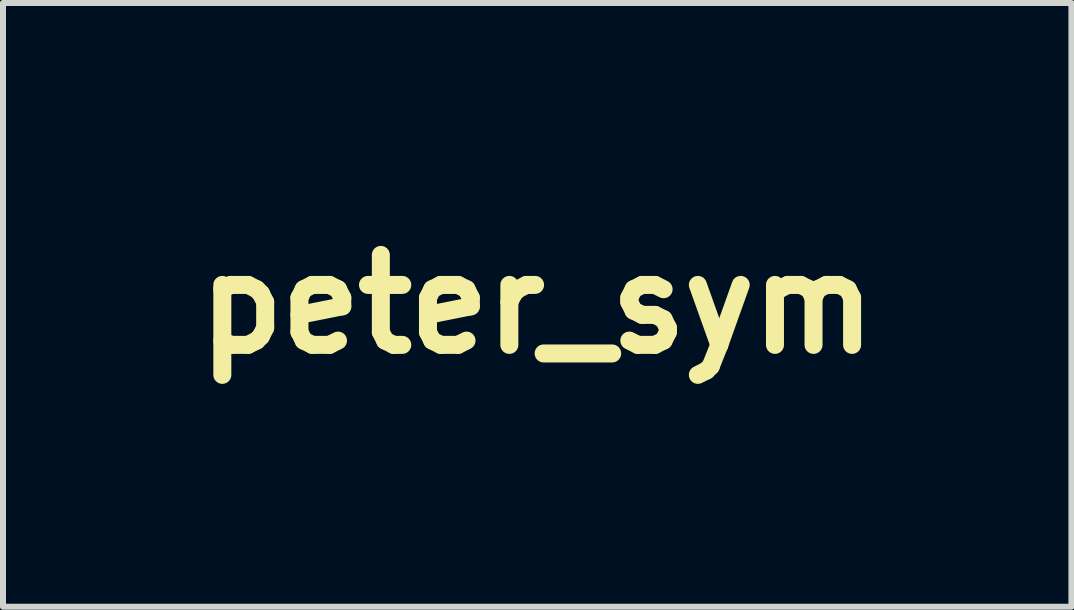
<source format=kicad_pcb>
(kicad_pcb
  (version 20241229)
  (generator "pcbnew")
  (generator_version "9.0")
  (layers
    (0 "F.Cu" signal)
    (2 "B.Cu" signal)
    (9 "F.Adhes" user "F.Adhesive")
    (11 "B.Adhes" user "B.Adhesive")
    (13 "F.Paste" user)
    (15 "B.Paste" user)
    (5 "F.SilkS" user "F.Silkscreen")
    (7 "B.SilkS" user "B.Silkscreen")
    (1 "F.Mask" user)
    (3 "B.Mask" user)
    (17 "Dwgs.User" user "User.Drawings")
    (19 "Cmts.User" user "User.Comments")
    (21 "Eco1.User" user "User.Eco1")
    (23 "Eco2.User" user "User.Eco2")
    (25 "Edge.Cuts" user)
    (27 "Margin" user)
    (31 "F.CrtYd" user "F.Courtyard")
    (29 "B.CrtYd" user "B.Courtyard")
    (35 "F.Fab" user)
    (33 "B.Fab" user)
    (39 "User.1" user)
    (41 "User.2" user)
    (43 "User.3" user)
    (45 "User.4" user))
  (footprint "peter_sym"
    (layer "F.Cu")
    (at 5.907 2.022)
    (property "Reference" "peter_sym" (at 0 0 0) (layer "F.SilkS") (effects (font (size 1.5 1.5) (thickness 0.3))))
    (attr board_only exclude_from_pos_files exclude_from_bom)
    (fp_poly (pts (xy 4.027 -1.998) (xy 4.051 -1.974) (xy 4.078 -1.927) (xy 4.093 -1.855) (xy 4.097 -1.766) (xy 4.088 -1.665) (xy 4.074 -1.586) (xy 4.039 -1.438) (xy 4.002 -1.291) (xy 3.964 -1.153) (xy 3.928 -1.031) (xy 3.903 -0.955) (xy 3.88 -0.885) (xy 3.867 -0.834) (xy 3.865 -0.804) (xy 3.875 -0.795) (xy 3.898 -0.807) (xy 3.934 -0.843) (xy 3.984 -0.901) (xy 4.05 -0.984) (xy 4.132 -1.091) (xy 4.23 -1.224) (xy 4.265 -1.272) (xy 4.354 -1.394) (xy 4.427 -1.492) (xy 4.485 -1.568) (xy 4.531 -1.626) (xy 4.566 -1.668) (xy 4.593 -1.696) (xy 4.615 -1.712) (xy 4.632 -1.719) (xy 4.642 -1.721) (xy 4.668 -1.716) (xy 4.682 -1.703) (xy 4.682 -1.677) (xy 4.668 -1.637) (xy 4.638 -1.58) (xy 4.592 -1.505) (xy 4.528 -1.41) (xy 4.446 -1.291) (xy 4.444 -1.288) (xy 4.313 -1.109) (xy 4.187 -0.953) (xy 4.063 -0.815) (xy 4.02 -0.77) (xy 3.9 -0.638) (xy 3.81 -0.516) (xy 3.748 -0.399) (xy 3.715 -0.287) (xy 3.709 -0.177) (xy 3.724 -0.087) (xy 3.766 0.024) (xy 3.835 0.136) (xy 3.924 0.245) (xy 4.028 0.344) (xy 4.142 0.428) (xy 4.233 0.479) (xy 4.373 0.534) (xy 4.511 0.565) (xy 4.66 0.575) (xy 4.702 0.574) (xy 4.771 0.573) (xy 4.814 0.575) (xy 4.839 0.582) (xy 4.854 0.594) (xy 4.856 0.598) (xy 4.863 0.629) (xy 4.841 0.652) (xy 4.793 0.666) (xy 4.721 0.671) (xy 4.627 0.666) (xy 4.513 0.651) (xy 4.489 0.647) (xy 4.319 0.602) (xy 4.156 0.528) (xy 4.004 0.428) (xy 3.868 0.304) (xy 3.753 0.161) (xy 3.749 0.154) (xy 3.71 0.091) (xy 3.676 0.026) (xy 3.653 -0.028) (xy 3.65 -0.037) (xy 3.634 -0.081) (xy 3.617 -0.108) (xy 3.61 -0.112) (xy 3.599 -0.098) (xy 3.579 -0.057) (xy 3.551 0.006) (xy 3.517 0.087) (xy 3.478 0.183) (xy 3.436 0.29) (xy 3.433 0.3) (xy 3.39 0.41) (xy 3.351 0.512) (xy 3.316 0.602) (xy 3.287 0.674) (xy 3.266 0.726) (xy 3.254 0.752) (xy 3.254 0.752) (xy 3.239 0.787) (xy 3.233 0.808) (xy 3.223 0.828) (xy 3.198 0.863) (xy 3.168 0.9) (xy 3.113 0.953) (xy 3.064 0.976) (xy 3.015 0.97) (xy 2.98 0.951) (xy 2.953 0.923) (xy 2.921 0.877) (xy 2.903 0.843) (xy 2.873 0.759) (xy 2.855 0.658) (xy 2.85 0.552) (xy 2.851 0.544) (xy 2.964 0.544) (xy 2.97 0.681) (xy 2.992 0.774) (xy 3.018 0.839) (xy 3.043 0.874) (xy 3.07 0.879) (xy 3.1 0.855) (xy 3.115 0.836) (xy 3.141 0.796) (xy 3.167 0.747) (xy 3.196 0.682) (xy 3.23 0.596) (xy 3.249 0.544) (xy 3.288 0.441) (xy 3.318 0.361) (xy 3.342 0.297) (xy 3.362 0.244) (xy 3.381 0.194) (xy 3.401 0.142) (xy 3.409 0.12) (xy 3.457 -0.003) (xy 3.494 -0.1) (xy 3.521 -0.174) (xy 3.539 -0.227) (xy 3.549 -0.264) (xy 3.552 -0.286) (xy 3.548 -0.299) (xy 3.54 -0.303) (xy 3.53 -0.304) (xy 3.507 -0.293) (xy 3.468 -0.261) (xy 3.417 -0.214) (xy 3.359 -0.156) (xy 3.298 -0.092) (xy 3.238 -0.026) (xy 3.184 0.037) (xy 3.14 0.093) (xy 3.127 0.112) (xy 3.043 0.258) (xy 2.988 0.403) (xy 2.964 0.544) (xy 2.851 0.544) (xy 2.86 0.455) (xy 2.864 0.437) (xy 2.892 0.353) (xy 2.934 0.257) (xy 2.984 0.16) (xy 3.036 0.075) (xy 3.075 0.024) (xy 3.118 -0.024) (xy 3.18 -0.088) (xy 3.253 -0.161) (xy 3.331 -0.239) (xy 3.411 -0.315) (xy 3.484 -0.384) (xy 3.547 -0.441) (xy 3.589 -0.476) (xy 3.619 -0.503) (xy 3.646 -0.534) (xy 3.672 -0.573) (xy 3.697 -0.624) (xy 3.725 -0.691) (xy 3.756 -0.778) (xy 3.794 -0.889) (xy 3.822 -0.976) (xy 3.864 -1.115) (xy 3.901 -1.253) (xy 3.931 -1.387) (xy 3.956 -1.513) (xy 3.973 -1.628) (xy 3.984 -1.729) (xy 3.987 -1.811) (xy 3.981 -1.873) (xy 3.967 -1.91) (xy 3.949 -1.92) (xy 3.913 -1.908) (xy 3.858 -1.875) (xy 3.785 -1.822) (xy 3.698 -1.752) (xy 3.596 -1.666) (xy 3.485 -1.566) (xy 3.364 -1.454) (xy 3.237 -1.332) (xy 3.106 -1.203) (xy 3.005 -1.101) (xy 2.892 -0.976) (xy 2.774 -0.833) (xy 2.659 -0.68) (xy 2.553 -0.527) (xy 2.462 -0.382) (xy 2.436 -0.336) (xy 2.411 -0.292) (xy 2.373 -0.231) (xy 2.329 -0.161) (xy 2.298 -0.112) (xy 2.252 -0.042) (xy 2.209 0.028) (xy 2.173 0.086) (xy 2.155 0.116) (xy 2.123 0.167) (xy 2.098 0.19) (xy 2.08 0.186) (xy 2.074 0.179) (xy 2.078 0.16) (xy 2.095 0.118) (xy 2.122 0.058) (xy 2.157 -0.015) (xy 2.198 -0.096) (xy 2.241 -0.18) (xy 2.285 -0.263) (xy 2.326 -0.339) (xy 2.363 -0.403) (xy 2.388 -0.442) (xy 2.433 -0.511) (xy 2.481 -0.585) (xy 2.522 -0.648) (xy 2.565 -0.713) (xy 2.612 -0.777) (xy 2.664 -0.843) (xy 2.725 -0.914) (xy 2.796 -0.992) (xy 2.879 -1.08) (xy 2.977 -1.18) (xy 3.093 -1.294) (xy 3.228 -1.426) (xy 3.345 -1.539) (xy 3.453 -1.643) (xy 3.541 -1.727) (xy 3.612 -1.793) (xy 3.668 -1.846) (xy 3.713 -1.886) (xy 3.75 -1.917) (xy 3.782 -1.941) (xy 3.811 -1.961) (xy 3.84 -1.979) (xy 3.86 -1.991) (xy 3.925 -2.02) (xy 3.978 -2.022)) (stroke (width 0) (type solid)) (fill yes) (layer "F.Mask"))
    (fp_poly (pts (xy -3.188 -1.757) (xy -3.177 -1.73) (xy -3.171 -1.677) (xy -3.17 -1.608) (xy -3.173 -1.529) (xy -3.181 -1.448) (xy -3.184 -1.432) (xy -3.197 -1.342) (xy -3.206 -1.279) (xy -3.21 -1.238) (xy -3.211 -1.214) (xy -3.208 -1.203) (xy -3.202 -1.2) (xy -3.201 -1.2) (xy -3.183 -1.211) (xy -3.15 -1.241) (xy -3.107 -1.283) (xy -3.087 -1.304) (xy -3.03 -1.36) (xy -2.958 -1.424) (xy -2.883 -1.485) (xy -2.852 -1.509) (xy -2.748 -1.579) (xy -2.66 -1.624) (xy -2.583 -1.645) (xy -2.514 -1.643) (xy -2.448 -1.62) (xy -2.426 -1.607) (xy -2.37 -1.566) (xy -2.331 -1.521) (xy -2.303 -1.464) (xy -2.282 -1.386) (xy -2.277 -1.365) (xy -2.267 -1.308) (xy -2.261 -1.26) (xy -2.261 -1.213) (xy -2.266 -1.156) (xy -2.277 -1.079) (xy -2.28 -1.06) (xy -2.291 -0.985) (xy -2.304 -0.923) (xy -2.318 -0.866) (xy -2.337 -0.809) (xy -2.363 -0.743) (xy -2.399 -0.664) (xy -2.446 -0.562) (xy -2.451 -0.552) (xy -2.491 -0.483) (xy -2.545 -0.41) (xy -2.607 -0.342) (xy -2.669 -0.286) (xy -2.725 -0.249) (xy -2.734 -0.245) (xy -2.814 -0.227) (xy -2.895 -0.241) (xy -2.978 -0.287) (xy -3.004 -0.308) (xy -3.057 -0.356) (xy -3.11 -0.407) (xy -3.158 -0.456) (xy -3.194 -0.497) (xy -3.215 -0.524) (xy -3.217 -0.531) (xy -3.23 -0.543) (xy -3.239 -0.544) (xy -3.244 -0.54) (xy -3.249 -0.525) (xy -3.253 -0.497) (xy -3.256 -0.454) (xy -3.259 -0.392) (xy -3.261 -0.311) (xy -3.264 -0.206) (xy -3.266 -0.076) (xy -3.268 0.081) (xy -3.269 0.212) (xy -3.271 0.405) (xy -3.275 0.582) (xy -3.278 0.74) (xy -3.282 0.877) (xy -3.287 0.989) (xy -3.292 1.075) (xy -3.297 1.128) (xy -3.319 1.283) (xy -3.344 1.433) (xy -3.371 1.575) (xy -3.4 1.704) (xy -3.43 1.816) (xy -3.459 1.908) (xy -3.487 1.976) (xy -3.51 2.013) (xy -3.554 2.044) (xy -3.598 2.043) (xy -3.643 2.011) (xy -3.658 1.993) (xy -3.678 1.963) (xy -3.694 1.928) (xy -3.707 1.885) (xy -3.717 1.831) (xy -3.724 1.762) (xy -3.729 1.677) (xy -3.732 1.573) (xy -3.733 1.445) (xy -3.731 1.292) (xy -3.728 1.111) (xy -3.727 1.056) (xy -3.721 0.785) (xy -3.721 0.781) (xy -3.66 0.781) (xy -3.66 0.902) (xy -3.658 1.036) (xy -3.654 1.178) (xy -3.648 1.32) (xy -3.641 1.457) (xy -3.633 1.58) (xy -3.625 1.685) (xy -3.615 1.765) (xy -3.605 1.829) (xy -3.595 1.867) (xy -3.583 1.885) (xy -3.569 1.889) (xy -3.55 1.879) (xy -3.529 1.848) (xy -3.505 1.79) (xy -3.499 1.773) (xy -3.465 1.67) (xy -3.436 1.562) (xy -3.411 1.447) (xy -3.39 1.321) (xy -3.373 1.181) (xy -3.359 1.025) (xy -3.348 0.849) (xy -3.34 0.652) (xy -3.335 0.431) (xy -3.332 0.181) (xy -3.331 0.008) (xy -3.331 -0.161) (xy -3.331 -0.301) (xy -3.331 -0.414) (xy -3.332 -0.505) (xy -3.333 -0.575) (xy -3.335 -0.628) (xy -3.338 -0.666) (xy -3.342 -0.693) (xy -3.347 -0.711) (xy -3.353 -0.723) (xy -3.36 -0.732) (xy -3.389 -0.758) (xy -3.414 -0.768) (xy -3.43 -0.754) (xy -3.453 -0.717) (xy -3.481 -0.662) (xy -3.509 -0.598) (xy -3.536 -0.531) (xy -3.558 -0.467) (xy -3.569 -0.425) (xy -3.59 -0.311) (xy -3.609 -0.176) (xy -3.625 -0.028) (xy -3.636 0.122) (xy -3.64 0.208) (xy -3.644 0.317) (xy -3.649 0.443) (xy -3.654 0.57) (xy -3.658 0.68) (xy -3.66 0.781) (xy -3.721 0.781) (xy -3.713 0.542) (xy -3.703 0.327) (xy -3.691 0.136) (xy -3.677 -0.033) (xy -3.659 -0.182) (xy -3.638 -0.315) (xy -3.613 -0.433) (xy -3.583 -0.54) (xy -3.549 -0.637) (xy -3.51 -0.727) (xy -3.474 -0.796) (xy -3.25 -0.796) (xy -3.246 -0.742) (xy -3.232 -0.696) (xy -3.207 -0.65) (xy -3.17 -0.597) (xy -3.163 -0.588) (xy -3.111 -0.523) (xy -3.054 -0.458) (xy -3.001 -0.404) (xy -2.993 -0.396) (xy -2.947 -0.356) (xy -2.912 -0.333) (xy -2.878 -0.323) (xy -2.833 -0.32) (xy -2.814 -0.32) (xy -2.76 -0.322) (xy -2.722 -0.331) (xy -2.688 -0.352) (xy -2.647 -0.387) (xy -2.588 -0.449) (xy -2.539 -0.517) (xy -2.496 -0.601) (xy -2.454 -0.707) (xy -2.448 -0.725) (xy -2.403 -0.872) (xy -2.373 -1.013) (xy -2.357 -1.145) (xy -2.356 -1.264) (xy -2.368 -1.368) (xy -2.394 -1.453) (xy -2.433 -1.515) (xy -2.486 -1.553) (xy -2.503 -1.559) (xy -2.538 -1.56) (xy -2.589 -1.554) (xy -2.626 -1.547) (xy -2.71 -1.515) (xy -2.807 -1.456) (xy -2.915 -1.373) (xy -3.031 -1.266) (xy -3.091 -1.205) (xy -3.148 -1.144) (xy -3.187 -1.1) (xy -3.211 -1.066) (xy -3.225 -1.037) (xy -3.233 -1.004) (xy -3.238 -0.962) (xy -3.239 -0.96) (xy -3.247 -0.866) (xy -3.25 -0.796) (xy -3.474 -0.796) (xy -3.465 -0.813) (xy -3.414 -0.897) (xy -3.409 -0.906) (xy -3.363 -0.98) (xy -3.333 -1.036) (xy -3.315 -1.084) (xy -3.306 -1.132) (xy -3.305 -1.138) (xy -3.298 -1.201) (xy -3.291 -1.261) (xy -3.288 -1.284) (xy -3.287 -1.329) (xy -3.298 -1.345) (xy -3.318 -1.335) (xy -3.345 -1.299) (xy -3.377 -1.238) (xy -3.378 -1.236) (xy -3.459 -1.071) (xy -3.532 -0.931) (xy -3.6 -0.811) (xy -3.668 -0.707) (xy -3.738 -0.614) (xy -3.814 -0.527) (xy -3.871 -0.467) (xy -3.971 -0.368) (xy -4.061 -0.285) (xy -4.148 -0.211) (xy -4.237 -0.143) (xy -4.335 -0.075) (xy -4.448 -0.003) (xy -4.583 0.077) (xy -4.606 0.091) (xy -4.699 0.144) (xy -4.768 0.182) (xy -4.817 0.204) (xy -4.847 0.212) (xy -4.862 0.207) (xy -4.866 0.195) (xy -4.853 0.181) (xy -4.82 0.155) (xy -4.773 0.122) (xy -4.757 0.112) (xy -4.688 0.065) (xy -4.599 0.002) (xy -4.496 -0.073) (xy -4.386 -0.155) (xy -4.274 -0.24) (xy -4.201 -0.295) (xy -4.119 -0.364) (xy -4.028 -0.447) (xy -3.937 -0.537) (xy -3.854 -0.626) (xy -3.788 -0.704) (xy -3.782 -0.712) (xy -3.728 -0.785) (xy -3.684 -0.849) (xy -3.644 -0.915) (xy -3.604 -0.989) (xy -3.558 -1.081) (xy -3.539 -1.12) (xy -3.494 -1.215) (xy -3.458 -1.297) (xy -3.425 -1.375) (xy -3.393 -1.459) (xy -3.356 -1.559) (xy -3.339 -1.609) (xy -3.317 -1.666) (xy -3.297 -1.715) (xy -3.284 -1.741) (xy -3.253 -1.771) (xy -3.215 -1.774)) (stroke (width 0) (type solid)) (fill yes) (layer "F.Mask"))
    (fp_poly (pts (xy -0.977 -1.601) (xy -0.933 -1.557) (xy -0.888 -1.487) (xy -0.874 -1.461) (xy -0.862 -1.428) (xy -0.847 -1.371) (xy -0.829 -1.296) (xy -0.81 -1.211) (xy -0.791 -1.122) (xy -0.775 -1.037) (xy -0.762 -0.964) (xy -0.754 -0.908) (xy -0.752 -0.883) (xy -0.749 -0.843) (xy -0.738 -0.819) (xy -0.712 -0.81) (xy -0.666 -0.813) (xy -0.599 -0.825) (xy -0.533 -0.84) (xy -0.473 -0.857) (xy -0.432 -0.872) (xy -0.427 -0.874) (xy -0.383 -0.89) (xy -0.35 -0.885) (xy -0.336 -0.86) (xy -0.336 -0.857) (xy -0.351 -0.838) (xy -0.394 -0.824) (xy -0.396 -0.824) (xy -0.449 -0.814) (xy -0.514 -0.801) (xy -0.581 -0.786) (xy -0.644 -0.771) (xy -0.695 -0.758) (xy -0.726 -0.749) (xy -0.732 -0.746) (xy -0.734 -0.727) (xy -0.731 -0.685) (xy -0.724 -0.628) (xy -0.722 -0.612) (xy -0.711 -0.51) (xy -0.704 -0.385) (xy -0.702 -0.245) (xy -0.703 -0.097) (xy -0.708 0.051) (xy -0.717 0.193) (xy -0.729 0.321) (xy -0.744 0.428) (xy -0.752 0.472) (xy -0.777 0.582) (xy -0.797 0.667) (xy -0.815 0.736) (xy -0.833 0.795) (xy -0.853 0.852) (xy -0.877 0.913) (xy -0.908 0.986) (xy -0.944 1.066) (xy -0.979 1.147) (xy -0.939 1.227) (xy -0.893 1.295) (xy -0.837 1.334) (xy -0.787 1.344) (xy -0.726 1.33) (xy -0.653 1.292) (xy -0.576 1.232) (xy -0.496 1.156) (xy -0.42 1.066) (xy -0.376 1.004) (xy -0.315 0.912) (xy -0.353 0.764) (xy -0.371 0.681) (xy -0.383 0.602) (xy -0.388 0.516) (xy -0.389 0.464) (xy -0.292 0.464) (xy -0.288 0.587) (xy -0.282 0.644) (xy -0.27 0.704) (xy -0.254 0.732) (xy -0.235 0.728) (xy -0.212 0.692) (xy -0.195 0.652) (xy -0.177 0.602) (xy -0.153 0.531) (xy -0.126 0.451) (xy -0.107 0.392) (xy -0.078 0.303) (xy -0.045 0.209) (xy -0.015 0.122) (xy 0.000116 0.08) (xy 0.042 -0.035) (xy 0.075 -0.125) (xy 0.098 -0.194) (xy 0.115 -0.247) (xy 0.127 -0.289) (xy 0.134 -0.324) (xy 0.138 -0.357) (xy 0.14 -0.372) (xy 0.143 -0.43) (xy 0.138 -0.467) (xy 0.122 -0.494) (xy 0.12 -0.496) (xy 0.075 -0.524) (xy 0.022 -0.526) (xy -0.031 -0.503) (xy -0.052 -0.484) (xy -0.098 -0.421) (xy -0.141 -0.33) (xy -0.181 -0.219) (xy -0.217 -0.092) (xy -0.247 0.045) (xy -0.27 0.187) (xy -0.286 0.328) (xy -0.292 0.464) (xy -0.389 0.464) (xy -0.389 0.424) (xy -0.382 0.276) (xy -0.364 0.118) (xy -0.337 -0.041) (xy -0.302 -0.192) (xy -0.261 -0.327) (xy -0.221 -0.427) (xy -0.168 -0.519) (xy -0.106 -0.587) (xy -0.039 -0.632) (xy 0.029 -0.651) (xy 0.094 -0.644) (xy 0.154 -0.61) (xy 0.204 -0.548) (xy 0.206 -0.545) (xy 0.228 -0.494) (xy 0.239 -0.438) (xy 0.238 -0.373) (xy 0.224 -0.295) (xy 0.197 -0.199) (xy 0.156 -0.082) (xy 0.125 0) (xy 0.089 0.096) (xy 0.05 0.206) (xy 0.013 0.315) (xy -0.007 0.376) (xy -0.039 0.474) (xy -0.078 0.584) (xy -0.117 0.69) (xy -0.139 0.749) (xy -0.212 0.93) (xy -0.169 1.029) (xy -0.12 1.123) (xy -0.067 1.188) (xy -0.012 1.224) (xy 0.044 1.229) (xy 0.079 1.217) (xy 0.098 1.199) (xy 0.127 1.161) (xy 0.162 1.112) (xy 0.198 1.059) (xy 0.228 1.01) (xy 0.25 0.972) (xy 0.256 0.954) (xy 0.262 0.935) (xy 0.278 0.897) (xy 0.288 0.876) (xy 0.318 0.805) (xy 0.354 0.713) (xy 0.393 0.605) (xy 0.434 0.489) (xy 0.474 0.373) (xy 0.509 0.261) (xy 0.539 0.163) (xy 0.561 0.084) (xy 0.567 0.056) (xy 0.579 0.011) (xy 0.598 -0.055) (xy 0.623 -0.135) (xy 0.652 -0.225) (xy 0.683 -0.321) (xy 0.716 -0.416) (xy 0.747 -0.505) (xy 0.775 -0.584) (xy 0.799 -0.647) (xy 0.816 -0.689) (xy 0.825 -0.705) (xy 0.849 -0.717) (xy 0.873 -0.702) (xy 0.876 -0.7) (xy 0.887 -0.683) (xy 0.895 -0.655) (xy 0.9 -0.611) (xy 0.902 -0.544) (xy 0.904 -0.461) (xy 0.909 -0.329) (xy 0.921 -0.225) (xy 0.942 -0.143) (xy 0.972 -0.079) (xy 1.002 -0.04) (xy 1.052 -0.008) (xy 1.114 -0.001) (xy 1.18 -0.02) (xy 1.206 -0.035) (xy 1.248 -0.071) (xy 1.302 -0.132) (xy 1.365 -0.212) (xy 1.435 -0.309) (xy 1.507 -0.419) (xy 1.56 -0.504) (xy 1.627 -0.611) (xy 1.684 -0.69) (xy 1.731 -0.744) (xy 1.77 -0.775) (xy 1.803 -0.784) (xy 1.843 -0.772) (xy 1.864 -0.734) (xy 1.864 -0.671) (xy 1.857 -0.626) (xy 1.835 -0.545) (xy 1.805 -0.447) (xy 1.768 -0.341) (xy 1.73 -0.24) (xy 1.693 -0.153) (xy 1.681 -0.127) (xy 1.612 0.039) (xy 1.565 0.202) (xy 1.542 0.357) (xy 1.544 0.5) (xy 1.566 0.618) (xy 1.605 0.707) (xy 1.666 0.804) (xy 1.744 0.902) (xy 1.834 0.993) (xy 1.929 1.072) (xy 1.951 1.088) (xy 1.995 1.12) (xy 2.033 1.15) (xy 2.04 1.156) (xy 2.061 1.179) (xy 2.058 1.197) (xy 2.045 1.211) (xy 2.032 1.221) (xy 2.017 1.221) (xy 1.994 1.211) (xy 1.96 1.186) (xy 1.909 1.145) (xy 1.868 1.111) (xy 1.729 0.982) (xy 1.619 0.854) (xy 1.538 0.725) (xy 1.484 0.593) (xy 1.464 0.516) (xy 1.459 0.437) (xy 1.468 0.33) (xy 1.493 0.196) (xy 1.532 0.037) (xy 1.586 -0.148) (xy 1.61 -0.224) (xy 1.632 -0.294) (xy 1.65 -0.354) (xy 1.661 -0.396) (xy 1.665 -0.412) (xy 1.657 -0.433) (xy 1.638 -0.43) (xy 1.611 -0.406) (xy 1.584 -0.365) (xy 1.577 -0.353) (xy 1.544 -0.296) (xy 1.508 -0.241) (xy 1.491 -0.221) (xy 1.452 -0.17) (xy 1.415 -0.116) (xy 1.411 -0.11) (xy 1.361 -0.044) (xy 1.295 0.021) (xy 1.224 0.074) (xy 1.199 0.089) (xy 1.134 0.107) (xy 1.059 0.105) (xy 0.99 0.085) (xy 0.963 0.069) (xy 0.928 0.033) (xy 0.889 -0.021) (xy 0.852 -0.084) (xy 0.821 -0.146) (xy 0.803 -0.198) (xy 0.8 -0.219) (xy 0.788 -0.236) (xy 0.772 -0.237) (xy 0.759 -0.227) (xy 0.743 -0.199) (xy 0.724 -0.15) (xy 0.699 -0.077) (xy 0.668 0.024) (xy 0.668 0.024) (xy 0.601 0.24) (xy 0.521 0.481) (xy 0.428 0.749) (xy 0.392 0.852) (xy 0.367 0.915) (xy 0.331 0.993) (xy 0.292 1.073) (xy 0.271 1.113) (xy 0.211 1.212) (xy 0.155 1.283) (xy 0.1 1.325) (xy 0.043 1.344) (xy 0.027 1.344) (xy -0.032 1.33) (xy -0.094 1.292) (xy -0.154 1.236) (xy -0.205 1.167) (xy -0.227 1.125) (xy -0.254 1.076) (xy -0.278 1.059) (xy -0.303 1.072) (xy -0.32 1.095) (xy -0.341 1.124) (xy -0.378 1.169) (xy -0.423 1.222) (xy -0.448 1.249) (xy -0.523 1.323) (xy -0.603 1.385) (xy -0.682 1.429) (xy -0.752 1.453) (xy -0.781 1.456) (xy -0.833 1.445) (xy -0.893 1.416) (xy -0.951 1.376) (xy -0.981 1.345) (xy -1.013 1.314) (xy -1.04 1.297) (xy -1.045 1.296) (xy -1.065 1.309) (xy -1.095 1.341) (xy -1.126 1.382) (xy -1.161 1.427) (xy -1.212 1.485) (xy -1.273 1.552) (xy -1.339 1.619) (xy -1.402 1.682) (xy -1.458 1.734) (xy -1.499 1.768) (xy -1.501 1.77) (xy -1.553 1.799) (xy -1.621 1.829) (xy -1.695 1.857) (xy -1.765 1.878) (xy -1.82 1.888) (xy -1.831 1.888) (xy -1.895 1.878) (xy -1.959 1.853) (xy -1.961 1.852) (xy -2.019 1.803) (xy -2.073 1.726) (xy -2.12 1.624) (xy -2.158 1.502) (xy -2.177 1.42) (xy -2.19 1.346) (xy -2.201 1.277) (xy -2.207 1.225) (xy -2.209 1.204) (xy -2.216 1.165) (xy -2.24 1.152) (xy -2.28 1.166) (xy -2.322 1.193) (xy -2.369 1.226) (xy -2.429 1.265) (xy -2.498 1.306) (xy -2.569 1.348) (xy -2.637 1.386) (xy -2.696 1.418) (xy -2.741 1.44) (xy -2.766 1.449) (xy -2.769 1.448) (xy -2.782 1.436) (xy -2.779 1.421) (xy -2.757 1.398) (xy -2.713 1.365) (xy -2.677 1.339) (xy -2.617 1.297) (xy -2.56 1.253) (xy -2.516 1.218) (xy -2.513 1.215) (xy -2.472 1.181) (xy -2.417 1.137) (xy -2.358 1.091) (xy -2.349 1.084) (xy -2.299 1.045) (xy -2.274 1.023) (xy -2.132 1.023) (xy -2.113 1.196) (xy -2.089 1.371) (xy -2.059 1.514) (xy -2.024 1.627) (xy -1.982 1.709) (xy -1.935 1.76) (xy -1.908 1.775) (xy -1.839 1.786) (xy -1.754 1.775) (xy -1.661 1.742) (xy -1.637 1.731) (xy -1.554 1.679) (xy -1.462 1.605) (xy -1.366 1.516) (xy -1.274 1.417) (xy -1.191 1.314) (xy -1.123 1.215) (xy -1.088 1.157) (xy -1.12 1.03) (xy -1.175 0.774) (xy -1.216 0.504) (xy -1.244 0.214) (xy -1.255 0.016) (xy -1.263 -0.147) (xy -1.269 -0.28) (xy -1.274 -0.386) (xy -1.278 -0.467) (xy -1.282 -0.526) (xy -1.285 -0.564) (xy -1.287 -0.584) (xy -1.288 -0.589) (xy -1.305 -0.588) (xy -1.343 -0.579) (xy -1.387 -0.567) (xy -1.452 -0.549) (xy -1.531 -0.529) (xy -1.6 -0.513) (xy -1.672 -0.494) (xy -1.712 -0.475) (xy -1.723 -0.453) (xy -1.705 -0.429) (xy -1.676 -0.408) (xy -1.643 -0.381) (xy -1.617 -0.341) (xy -1.592 -0.28) (xy -1.59 -0.272) (xy -1.574 -0.223) (xy -1.565 -0.184) (xy -1.562 -0.145) (xy -1.566 -0.096) (xy -1.574 -0.029) (xy -1.577 -0.004) (xy -1.591 0.076) (xy -1.608 0.155) (xy -1.625 0.22) (xy -1.634 0.244) (xy -1.66 0.311) (xy -1.687 0.385) (xy -1.698 0.415) (xy -1.74 0.511) (xy -1.801 0.62) (xy -1.874 0.731) (xy -1.954 0.837) (xy -2.034 0.928) (xy -2.061 0.956) (xy -2.132 1.023) (xy -2.274 1.023) (xy -2.262 1.011) (xy -2.242 0.988) (xy -2.241 0.984) (xy -2.242 0.961) (xy -2.247 0.913) (xy -2.253 0.846) (xy -2.262 0.766) (xy -2.265 0.735) (xy -2.274 0.63) (xy -2.282 0.507) (xy -2.287 0.381) (xy -2.289 0.306) (xy -2.188 0.306) (xy -2.18 0.495) (xy -2.177 0.536) (xy -2.169 0.655) (xy -2.16 0.744) (xy -2.152 0.807) (xy -2.141 0.846) (xy -2.128 0.864) (xy -2.111 0.864) (xy -2.089 0.848) (xy -2.062 0.82) (xy -1.997 0.741) (xy -1.929 0.639) (xy -1.861 0.523) (xy -1.798 0.402) (xy -1.745 0.284) (xy -1.706 0.177) (xy -1.706 0.175) (xy -1.689 0.102) (xy -1.676 0.016) (xy -1.669 -0.074) (xy -1.667 -0.158) (xy -1.672 -0.227) (xy -1.679 -0.26) (xy -1.699 -0.301) (xy -1.73 -0.328) (xy -1.768 -0.345) (xy -1.811 -0.359) (xy -1.844 -0.363) (xy -1.882 -0.356) (xy -1.923 -0.343) (xy -2 -0.308) (xy -2.062 -0.258) (xy -2.112 -0.189) (xy -2.148 -0.1) (xy -2.173 0.011) (xy -2.186 0.145) (xy -2.188 0.306) (xy -2.289 0.306) (xy -2.29 0.266) (xy -2.29 0.251) (xy -2.289 0.148) (xy -2.287 0.069) (xy -2.282 0.008) (xy -2.275 -0.042) (xy -2.263 -0.09) (xy -2.256 -0.115) (xy -2.205 -0.237) (xy -2.136 -0.334) (xy -2.047 -0.406) (xy -1.937 -0.454) (xy -1.932 -0.456) (xy -1.883 -0.474) (xy -1.846 -0.493) (xy -1.835 -0.502) (xy -1.815 -0.513) (xy -1.771 -0.531) (xy -1.708 -0.555) (xy -1.635 -0.582) (xy -1.555 -0.609) (xy -1.513 -0.623) (xy -1.184 -0.623) (xy -1.184 -0.476) (xy -1.182 -0.334) (xy -1.175 -0.176) (xy -1.165 -0.008) (xy -1.152 0.164) (xy -1.136 0.333) (xy -1.119 0.495) (xy -1.101 0.642) (xy -1.081 0.77) (xy -1.062 0.869) (xy -1.044 0.934) (xy -1.025 0.967) (xy -1.005 0.969) (xy -0.982 0.94) (xy -0.954 0.879) (xy -0.949 0.865) (xy -0.894 0.704) (xy -0.852 0.541) (xy -0.821 0.371) (xy -0.8 0.189) (xy -0.789 -0.012) (xy -0.787 -0.237) (xy -0.788 -0.308) (xy -0.79 -0.415) (xy -0.793 -0.512) (xy -0.797 -0.593) (xy -0.8 -0.654) (xy -0.804 -0.691) (xy -0.806 -0.699) (xy -0.817 -0.702) (xy -0.841 -0.7) (xy -0.884 -0.693) (xy -0.947 -0.679) (xy -1.034 -0.659) (xy -1.124 -0.638) (xy -1.184 -0.623) (xy -1.513 -0.623) (xy -1.477 -0.635) (xy -1.406 -0.657) (xy -1.349 -0.673) (xy -1.327 -0.679) (xy -1.309 -0.683) (xy -1.297 -0.692) (xy -1.289 -0.711) (xy -1.284 -0.745) (xy -1.281 -0.779) (xy -1.177 -0.779) (xy -1.173 -0.758) (xy -1.161 -0.741) (xy -1.137 -0.738) (xy -1.095 -0.747) (xy -1.072 -0.753) (xy -1.024 -0.765) (xy -0.962 -0.778) (xy -0.923 -0.784) (xy -0.871 -0.793) (xy -0.834 -0.801) (xy -0.822 -0.805) (xy -0.82 -0.826) (xy -0.825 -0.871) (xy -0.836 -0.936) (xy -0.851 -1.015) (xy -0.87 -1.102) (xy -0.891 -1.192) (xy -0.912 -1.278) (xy -0.934 -1.356) (xy -0.948 -1.402) (xy -0.972 -1.448) (xy -1.002 -1.469) (xy -1.033 -1.464) (xy -1.051 -1.444) (xy -1.067 -1.406) (xy -1.085 -1.345) (xy -1.104 -1.266) (xy -1.123 -1.176) (xy -1.141 -1.081) (xy -1.156 -0.988) (xy -1.168 -0.902) (xy -1.175 -0.831) (xy -1.177 -0.779) (xy -1.281 -0.779) (xy -1.28 -0.8) (xy -1.275 -0.881) (xy -1.275 -0.884) (xy -1.263 -1.038) (xy -1.242 -1.18) (xy -1.214 -1.307) (xy -1.18 -1.416) (xy -1.142 -1.504) (xy -1.099 -1.569) (xy -1.053 -1.607) (xy -1.017 -1.617)) (stroke (width 0) (type solid)) (fill yes) (layer "F.Mask")))
  (gr_rect
    (start -3 -3)
    (end 14.814 7.066)
    (stroke (width 0.1) (type default))
    (fill no)
    (layer "Edge.Cuts")))
</source>
